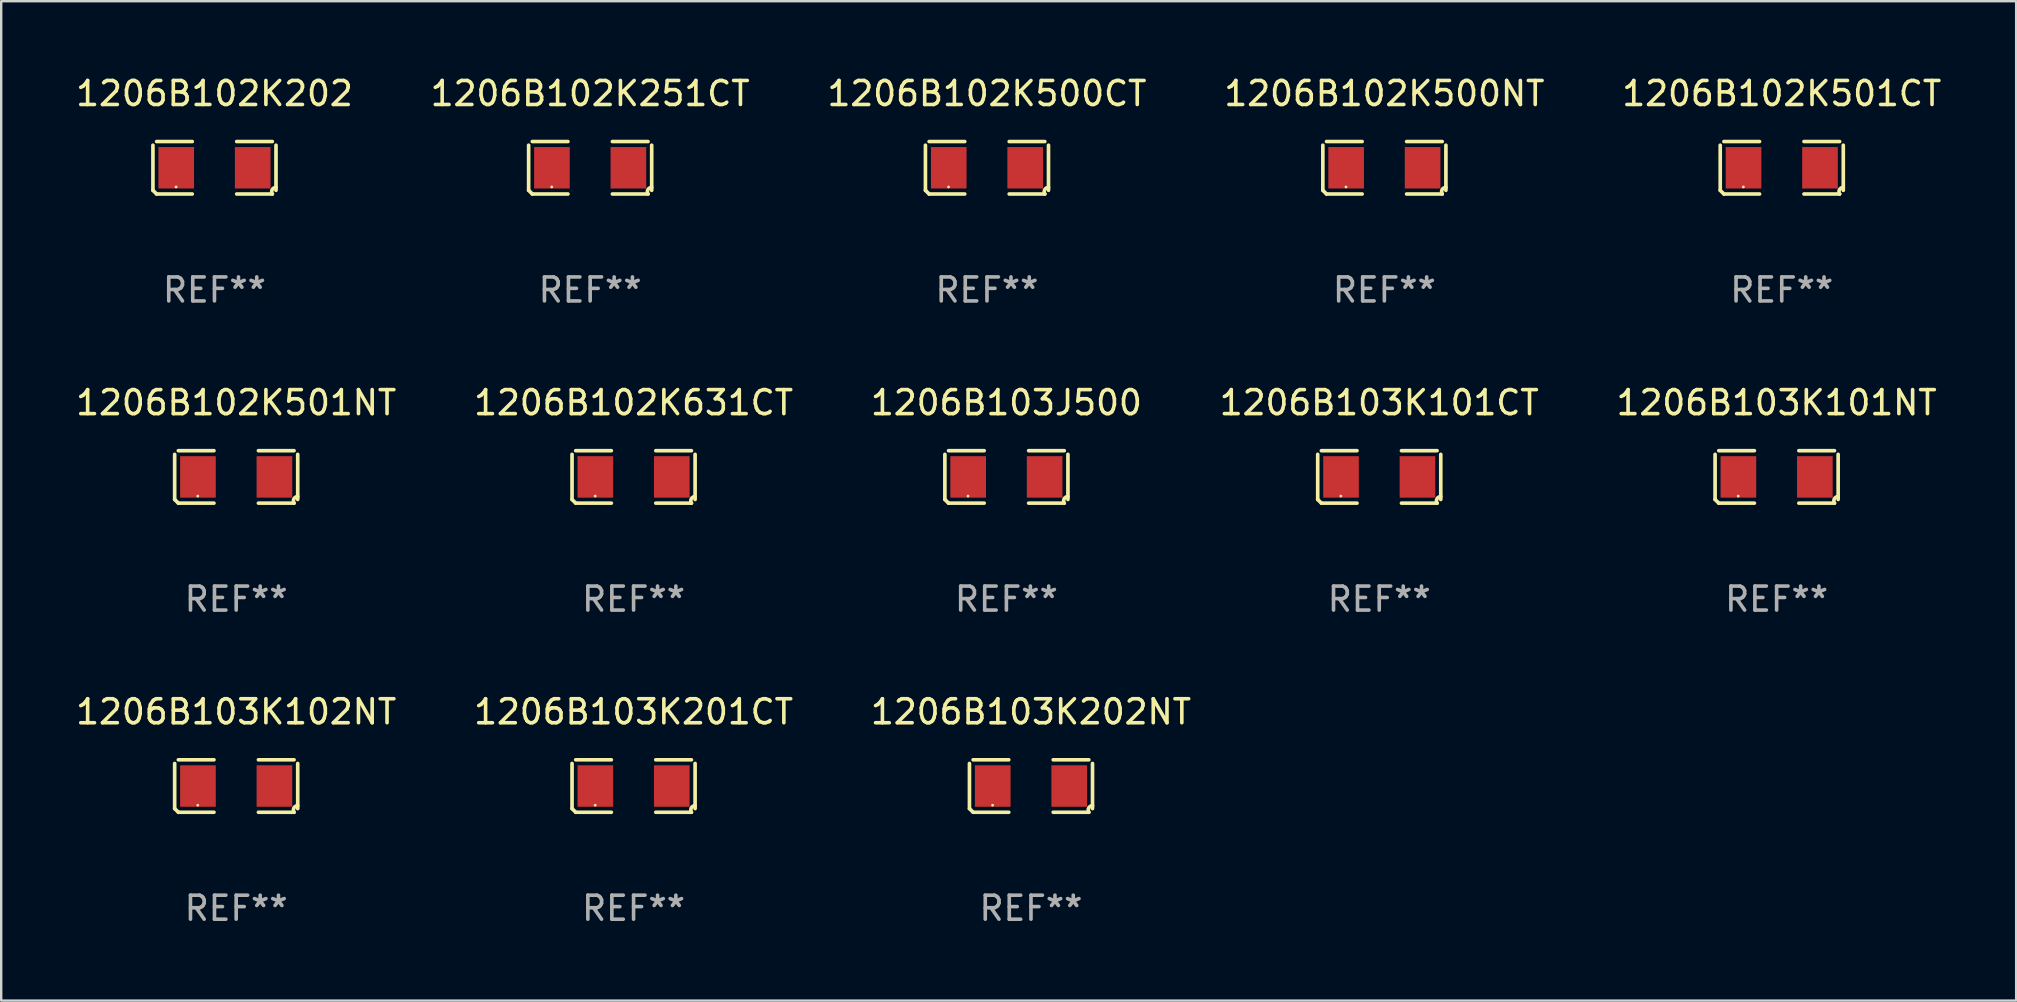
<source format=kicad_pcb>
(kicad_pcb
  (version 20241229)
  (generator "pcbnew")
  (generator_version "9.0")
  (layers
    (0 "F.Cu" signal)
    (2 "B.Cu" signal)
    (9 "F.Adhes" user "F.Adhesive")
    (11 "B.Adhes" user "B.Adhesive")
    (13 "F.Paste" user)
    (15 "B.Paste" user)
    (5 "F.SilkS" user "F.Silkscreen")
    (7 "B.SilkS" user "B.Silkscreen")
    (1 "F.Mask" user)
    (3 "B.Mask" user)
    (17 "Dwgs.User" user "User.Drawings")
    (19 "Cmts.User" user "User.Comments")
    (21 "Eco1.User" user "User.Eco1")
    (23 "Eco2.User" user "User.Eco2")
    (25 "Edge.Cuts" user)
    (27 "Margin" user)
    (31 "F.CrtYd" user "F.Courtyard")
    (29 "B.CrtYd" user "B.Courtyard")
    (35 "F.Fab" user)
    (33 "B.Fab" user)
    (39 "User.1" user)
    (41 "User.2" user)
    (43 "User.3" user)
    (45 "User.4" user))
  (footprint "1206B103K101CT"
    (layer "F.Cu")
    (at 54.423 16.823)
    (property "Reference" "1206B103K101CT" (at 0 -3.093 0) (layer "F.SilkS") (effects (font (size 1 1) (thickness 0.15))))
    (attr through_hole)
    (fp_line (start -2.564 0.94) (end -2.564 -0.94) (stroke (width 0.152) (type solid)) (layer "F.SilkS"))
    (fp_line (start -2.411 -1.093) (end -0.926 -1.093) (stroke (width 0.152) (type solid)) (layer "F.SilkS"))
    (fp_line (start -0.926 1.093) (end -2.411 1.093) (stroke (width 0.152) (type solid)) (layer "F.SilkS"))
    (fp_line (start 0.926 1.093) (end 2.411 1.093) (stroke (width 0.152) (type solid)) (layer "F.SilkS"))
    (fp_line (start 2.411 -1.093) (end 0.926 -1.093) (stroke (width 0.152) (type solid)) (layer "F.SilkS"))
    (fp_line (start 2.564 0.94) (end 2.564 -0.94) (stroke (width 0.152) (type solid)) (layer "F.SilkS"))
    (fp_arc (start -2.411201 1.092609) (mid -2.487413 1.01642) (end -2.563602 0.940208) (stroke (width 0.1524) (type solid)) (layer "F.SilkS"))
    (fp_arc (start 2.411201 1.092609) (mid 2.407159 0.911226) (end 2.563602 0.819347) (stroke (width 0.1524) (type solid)) (layer "F.SilkS"))
    (fp_circle (center -1.6 0.8) (end -1.57 0.8) (stroke (width 0.06) (type solid)) (fill no) (layer "F.SilkS"))
    (fp_text user "REF**" (at 0 5.093 0) (layer "F.Fab") (effects (font (size 1 1) (thickness 0.15))))
    (pad "1" smd rect (at -1.593 0) (size 1.485 1.728) (layers "F.Cu" "F.Mask" "F.Paste"))
    (pad "2" smd rect (at 1.593 0) (size 1.485 1.728) (layers "F.Cu" "F.Mask" "F.Paste")))
  (footprint "1206B102K500NT"
    (layer "F.Cu")
    (at 54.637 3.941)
    (property "Reference" "1206B102K500NT" (at 0 -3.093 0) (layer "F.SilkS") (effects (font (size 1 1) (thickness 0.15))))
    (attr through_hole)
    (fp_line (start -2.564 0.94) (end -2.564 -0.94) (stroke (width 0.152) (type solid)) (layer "F.SilkS"))
    (fp_line (start -2.411 -1.093) (end -0.926 -1.093) (stroke (width 0.152) (type solid)) (layer "F.SilkS"))
    (fp_line (start -0.926 1.093) (end -2.411 1.093) (stroke (width 0.152) (type solid)) (layer "F.SilkS"))
    (fp_line (start 0.926 1.093) (end 2.411 1.093) (stroke (width 0.152) (type solid)) (layer "F.SilkS"))
    (fp_line (start 2.411 -1.093) (end 0.926 -1.093) (stroke (width 0.152) (type solid)) (layer "F.SilkS"))
    (fp_line (start 2.564 0.94) (end 2.564 -0.94) (stroke (width 0.152) (type solid)) (layer "F.SilkS"))
    (fp_arc (start -2.411201 1.092609) (mid -2.487413 1.01642) (end -2.563602 0.940208) (stroke (width 0.1524) (type solid)) (layer "F.SilkS"))
    (fp_arc (start 2.411201 1.092609) (mid 2.407159 0.911226) (end 2.563602 0.819347) (stroke (width 0.1524) (type solid)) (layer "F.SilkS"))
    (fp_circle (center -1.6 0.8) (end -1.57 0.8) (stroke (width 0.06) (type solid)) (fill no) (layer "F.SilkS"))
    (fp_text user "REF**" (at 0 5.093 0) (layer "F.Fab") (effects (font (size 1 1) (thickness 0.15))))
    (pad "1" smd rect (at -1.593 0) (size 1.485 1.728) (layers "F.Cu" "F.Mask" "F.Paste"))
    (pad "2" smd rect (at 1.593 0) (size 1.485 1.728) (layers "F.Cu" "F.Mask" "F.Paste")))
  (footprint "1206B103K101NT"
    (layer "F.Cu")
    (at 70.982 16.823)
    (property "Reference" "1206B103K101NT" (at 0 -3.093 0) (layer "F.SilkS") (effects (font (size 1 1) (thickness 0.15))))
    (attr through_hole)
    (fp_line (start -2.564 0.94) (end -2.564 -0.94) (stroke (width 0.152) (type solid)) (layer "F.SilkS"))
    (fp_line (start -2.411 -1.093) (end -0.926 -1.093) (stroke (width 0.152) (type solid)) (layer "F.SilkS"))
    (fp_line (start -0.926 1.093) (end -2.411 1.093) (stroke (width 0.152) (type solid)) (layer "F.SilkS"))
    (fp_line (start 0.926 1.093) (end 2.411 1.093) (stroke (width 0.152) (type solid)) (layer "F.SilkS"))
    (fp_line (start 2.411 -1.093) (end 0.926 -1.093) (stroke (width 0.152) (type solid)) (layer "F.SilkS"))
    (fp_line (start 2.564 0.94) (end 2.564 -0.94) (stroke (width 0.152) (type solid)) (layer "F.SilkS"))
    (fp_arc (start -2.411201 1.092609) (mid -2.487413 1.01642) (end -2.563602 0.940208) (stroke (width 0.1524) (type solid)) (layer "F.SilkS"))
    (fp_arc (start 2.411201 1.092609) (mid 2.407159 0.911226) (end 2.563602 0.819347) (stroke (width 0.1524) (type solid)) (layer "F.SilkS"))
    (fp_circle (center -1.6 0.8) (end -1.57 0.8) (stroke (width 0.06) (type solid)) (fill no) (layer "F.SilkS"))
    (fp_text user "REF**" (at 0 5.093 0) (layer "F.Fab") (effects (font (size 1 1) (thickness 0.15))))
    (pad "1" smd rect (at -1.593 0) (size 1.485 1.728) (layers "F.Cu" "F.Mask" "F.Paste"))
    (pad "2" smd rect (at 1.593 0) (size 1.485 1.728) (layers "F.Cu" "F.Mask" "F.Paste")))
  (footprint "1206B102K631CT"
    (layer "F.Cu")
    (at 23.351 16.823)
    (property "Reference" "1206B102K631CT" (at 0 -3.093 0) (layer "F.SilkS") (effects (font (size 1 1) (thickness 0.15))))
    (attr through_hole)
    (fp_line (start -2.564 0.94) (end -2.564 -0.94) (stroke (width 0.152) (type solid)) (layer "F.SilkS"))
    (fp_line (start -2.411 -1.093) (end -0.926 -1.093) (stroke (width 0.152) (type solid)) (layer "F.SilkS"))
    (fp_line (start -0.926 1.093) (end -2.411 1.093) (stroke (width 0.152) (type solid)) (layer "F.SilkS"))
    (fp_line (start 0.926 1.093) (end 2.411 1.093) (stroke (width 0.152) (type solid)) (layer "F.SilkS"))
    (fp_line (start 2.411 -1.093) (end 0.926 -1.093) (stroke (width 0.152) (type solid)) (layer "F.SilkS"))
    (fp_line (start 2.564 0.94) (end 2.564 -0.94) (stroke (width 0.152) (type solid)) (layer "F.SilkS"))
    (fp_arc (start -2.411201 1.092609) (mid -2.487413 1.01642) (end -2.563602 0.940208) (stroke (width 0.1524) (type solid)) (layer "F.SilkS"))
    (fp_arc (start 2.411201 1.092609) (mid 2.407159 0.911226) (end 2.563602 0.819347) (stroke (width 0.1524) (type solid)) (layer "F.SilkS"))
    (fp_circle (center -1.6 0.8) (end -1.57 0.8) (stroke (width 0.06) (type solid)) (fill no) (layer "F.SilkS"))
    (fp_text user "REF**" (at 0 5.093 0) (layer "F.Fab") (effects (font (size 1 1) (thickness 0.15))))
    (pad "1" smd rect (at -1.593 0) (size 1.485 1.728) (layers "F.Cu" "F.Mask" "F.Paste"))
    (pad "2" smd rect (at 1.593 0) (size 1.485 1.728) (layers "F.Cu" "F.Mask" "F.Paste")))
  (footprint "1206B103K102NT"
    (layer "F.Cu")
    (at 6.792 29.704)
    (property "Reference" "1206B103K102NT" (at 0 -3.093 0) (layer "F.SilkS") (effects (font (size 1 1) (thickness 0.15))))
    (attr through_hole)
    (fp_line (start -2.564 0.94) (end -2.564 -0.94) (stroke (width 0.152) (type solid)) (layer "F.SilkS"))
    (fp_line (start -2.411 -1.093) (end -0.926 -1.093) (stroke (width 0.152) (type solid)) (layer "F.SilkS"))
    (fp_line (start -0.926 1.093) (end -2.411 1.093) (stroke (width 0.152) (type solid)) (layer "F.SilkS"))
    (fp_line (start 0.926 1.093) (end 2.411 1.093) (stroke (width 0.152) (type solid)) (layer "F.SilkS"))
    (fp_line (start 2.411 -1.093) (end 0.926 -1.093) (stroke (width 0.152) (type solid)) (layer "F.SilkS"))
    (fp_line (start 2.564 0.94) (end 2.564 -0.94) (stroke (width 0.152) (type solid)) (layer "F.SilkS"))
    (fp_arc (start -2.411201 1.092609) (mid -2.487413 1.01642) (end -2.563602 0.940208) (stroke (width 0.1524) (type solid)) (layer "F.SilkS"))
    (fp_arc (start 2.411201 1.092609) (mid 2.407159 0.911226) (end 2.563602 0.819347) (stroke (width 0.1524) (type solid)) (layer "F.SilkS"))
    (fp_circle (center -1.6 0.8) (end -1.57 0.8) (stroke (width 0.06) (type solid)) (fill no) (layer "F.SilkS"))
    (fp_text user "REF**" (at 0 5.093 0) (layer "F.Fab") (effects (font (size 1 1) (thickness 0.15))))
    (pad "1" smd rect (at -1.593 0) (size 1.485 1.728) (layers "F.Cu" "F.Mask" "F.Paste"))
    (pad "2" smd rect (at 1.593 0) (size 1.485 1.728) (layers "F.Cu" "F.Mask" "F.Paste")))
  (footprint "1206B103K202NT"
    (layer "F.Cu")
    (at 39.911 29.704)
    (property "Reference" "1206B103K202NT" (at 0 -3.093 0) (layer "F.SilkS") (effects (font (size 1 1) (thickness 0.15))))
    (attr through_hole)
    (fp_line (start -2.564 0.94) (end -2.564 -0.94) (stroke (width 0.152) (type solid)) (layer "F.SilkS"))
    (fp_line (start -2.411 -1.093) (end -0.926 -1.093) (stroke (width 0.152) (type solid)) (layer "F.SilkS"))
    (fp_line (start -0.926 1.093) (end -2.411 1.093) (stroke (width 0.152) (type solid)) (layer "F.SilkS"))
    (fp_line (start 0.926 1.093) (end 2.411 1.093) (stroke (width 0.152) (type solid)) (layer "F.SilkS"))
    (fp_line (start 2.411 -1.093) (end 0.926 -1.093) (stroke (width 0.152) (type solid)) (layer "F.SilkS"))
    (fp_line (start 2.564 0.94) (end 2.564 -0.94) (stroke (width 0.152) (type solid)) (layer "F.SilkS"))
    (fp_arc (start -2.411201 1.092609) (mid -2.487413 1.01642) (end -2.563602 0.940208) (stroke (width 0.1524) (type solid)) (layer "F.SilkS"))
    (fp_arc (start 2.411201 1.092609) (mid 2.407159 0.911226) (end 2.563602 0.819347) (stroke (width 0.1524) (type solid)) (layer "F.SilkS"))
    (fp_circle (center -1.6 0.8) (end -1.57 0.8) (stroke (width 0.06) (type solid)) (fill no) (layer "F.SilkS"))
    (fp_text user "REF**" (at 0 5.093 0) (layer "F.Fab") (effects (font (size 1 1) (thickness 0.15))))
    (pad "1" smd rect (at -1.593 0) (size 1.485 1.728) (layers "F.Cu" "F.Mask" "F.Paste"))
    (pad "2" smd rect (at 1.593 0) (size 1.485 1.728) (layers "F.Cu" "F.Mask" "F.Paste")))
  (footprint "1206B102K501CT"
    (layer "F.Cu")
    (at 71.196 3.941)
    (property "Reference" "1206B102K501CT" (at 0 -3.093 0) (layer "F.SilkS") (effects (font (size 1 1) (thickness 0.15))))
    (attr through_hole)
    (fp_line (start -2.564 0.94) (end -2.564 -0.94) (stroke (width 0.152) (type solid)) (layer "F.SilkS"))
    (fp_line (start -2.411 -1.093) (end -0.926 -1.093) (stroke (width 0.152) (type solid)) (layer "F.SilkS"))
    (fp_line (start -0.926 1.093) (end -2.411 1.093) (stroke (width 0.152) (type solid)) (layer "F.SilkS"))
    (fp_line (start 0.926 1.093) (end 2.411 1.093) (stroke (width 0.152) (type solid)) (layer "F.SilkS"))
    (fp_line (start 2.411 -1.093) (end 0.926 -1.093) (stroke (width 0.152) (type solid)) (layer "F.SilkS"))
    (fp_line (start 2.564 0.94) (end 2.564 -0.94) (stroke (width 0.152) (type solid)) (layer "F.SilkS"))
    (fp_arc (start -2.411201 1.092609) (mid -2.487413 1.01642) (end -2.563602 0.940208) (stroke (width 0.1524) (type solid)) (layer "F.SilkS"))
    (fp_arc (start 2.411201 1.092609) (mid 2.407159 0.911226) (end 2.563602 0.819347) (stroke (width 0.1524) (type solid)) (layer "F.SilkS"))
    (fp_circle (center -1.6 0.8) (end -1.57 0.8) (stroke (width 0.06) (type solid)) (fill no) (layer "F.SilkS"))
    (fp_text user "REF**" (at 0 5.093 0) (layer "F.Fab") (effects (font (size 1 1) (thickness 0.15))))
    (pad "1" smd rect (at -1.593 0) (size 1.485 1.728) (layers "F.Cu" "F.Mask" "F.Paste"))
    (pad "2" smd rect (at 1.593 0) (size 1.485 1.728) (layers "F.Cu" "F.Mask" "F.Paste")))
  (footprint "1206B102K251CT"
    (layer "F.Cu")
    (at 21.542 3.941)
    (property "Reference" "1206B102K251CT" (at 0 -3.093 0) (layer "F.SilkS") (effects (font (size 1 1) (thickness 0.15))))
    (attr through_hole)
    (fp_line (start -2.564 0.94) (end -2.564 -0.94) (stroke (width 0.152) (type solid)) (layer "F.SilkS"))
    (fp_line (start -2.411 -1.093) (end -0.926 -1.093) (stroke (width 0.152) (type solid)) (layer "F.SilkS"))
    (fp_line (start -0.926 1.093) (end -2.411 1.093) (stroke (width 0.152) (type solid)) (layer "F.SilkS"))
    (fp_line (start 0.926 1.093) (end 2.411 1.093) (stroke (width 0.152) (type solid)) (layer "F.SilkS"))
    (fp_line (start 2.411 -1.093) (end 0.926 -1.093) (stroke (width 0.152) (type solid)) (layer "F.SilkS"))
    (fp_line (start 2.564 0.94) (end 2.564 -0.94) (stroke (width 0.152) (type solid)) (layer "F.SilkS"))
    (fp_arc (start -2.411201 1.092609) (mid -2.487413 1.01642) (end -2.563602 0.940208) (stroke (width 0.1524) (type solid)) (layer "F.SilkS"))
    (fp_arc (start 2.411201 1.092609) (mid 2.407159 0.911226) (end 2.563602 0.819347) (stroke (width 0.1524) (type solid)) (layer "F.SilkS"))
    (fp_circle (center -1.6 0.8) (end -1.57 0.8) (stroke (width 0.06) (type solid)) (fill no) (layer "F.SilkS"))
    (fp_text user "REF**" (at 0 5.093 0) (layer "F.Fab") (effects (font (size 1 1) (thickness 0.15))))
    (pad "1" smd rect (at -1.593 0) (size 1.485 1.728) (layers "F.Cu" "F.Mask" "F.Paste"))
    (pad "2" smd rect (at 1.593 0) (size 1.485 1.728) (layers "F.Cu" "F.Mask" "F.Paste")))
  (footprint "1206B102K501NT"
    (layer "F.Cu")
    (at 6.792 16.823)
    (property "Reference" "1206B102K501NT" (at 0 -3.093 0) (layer "F.SilkS") (effects (font (size 1 1) (thickness 0.15))))
    (attr through_hole)
    (fp_line (start -2.564 0.94) (end -2.564 -0.94) (stroke (width 0.152) (type solid)) (layer "F.SilkS"))
    (fp_line (start -2.411 -1.093) (end -0.926 -1.093) (stroke (width 0.152) (type solid)) (layer "F.SilkS"))
    (fp_line (start -0.926 1.093) (end -2.411 1.093) (stroke (width 0.152) (type solid)) (layer "F.SilkS"))
    (fp_line (start 0.926 1.093) (end 2.411 1.093) (stroke (width 0.152) (type solid)) (layer "F.SilkS"))
    (fp_line (start 2.411 -1.093) (end 0.926 -1.093) (stroke (width 0.152) (type solid)) (layer "F.SilkS"))
    (fp_line (start 2.564 0.94) (end 2.564 -0.94) (stroke (width 0.152) (type solid)) (layer "F.SilkS"))
    (fp_arc (start -2.411201 1.092609) (mid -2.487413 1.01642) (end -2.563602 0.940208) (stroke (width 0.1524) (type solid)) (layer "F.SilkS"))
    (fp_arc (start 2.411201 1.092609) (mid 2.407159 0.911226) (end 2.563602 0.819347) (stroke (width 0.1524) (type solid)) (layer "F.SilkS"))
    (fp_circle (center -1.6 0.8) (end -1.57 0.8) (stroke (width 0.06) (type solid)) (fill no) (layer "F.SilkS"))
    (fp_text user "REF**" (at 0 5.093 0) (layer "F.Fab") (effects (font (size 1 1) (thickness 0.15))))
    (pad "1" smd rect (at -1.593 0) (size 1.485 1.728) (layers "F.Cu" "F.Mask" "F.Paste"))
    (pad "2" smd rect (at 1.593 0) (size 1.485 1.728) (layers "F.Cu" "F.Mask" "F.Paste")))
  (footprint "1206B102K202"
    (layer "F.Cu")
    (at 5.887 3.941)
    (property "Reference" "1206B102K202" (at 0 -3.093 0) (layer "F.SilkS") (effects (font (size 1 1) (thickness 0.15))))
    (attr through_hole)
    (fp_line (start -2.564 0.94) (end -2.564 -0.94) (stroke (width 0.152) (type solid)) (layer "F.SilkS"))
    (fp_line (start -2.411 -1.093) (end -0.926 -1.093) (stroke (width 0.152) (type solid)) (layer "F.SilkS"))
    (fp_line (start -0.926 1.093) (end -2.411 1.093) (stroke (width 0.152) (type solid)) (layer "F.SilkS"))
    (fp_line (start 0.926 1.093) (end 2.411 1.093) (stroke (width 0.152) (type solid)) (layer "F.SilkS"))
    (fp_line (start 2.411 -1.093) (end 0.926 -1.093) (stroke (width 0.152) (type solid)) (layer "F.SilkS"))
    (fp_line (start 2.564 0.94) (end 2.564 -0.94) (stroke (width 0.152) (type solid)) (layer "F.SilkS"))
    (fp_arc (start -2.411201 1.092609) (mid -2.487413 1.01642) (end -2.563602 0.940208) (stroke (width 0.1524) (type solid)) (layer "F.SilkS"))
    (fp_arc (start 2.411201 1.092609) (mid 2.407159 0.911226) (end 2.563602 0.819347) (stroke (width 0.1524) (type solid)) (layer "F.SilkS"))
    (fp_circle (center -1.6 0.8) (end -1.57 0.8) (stroke (width 0.06) (type solid)) (fill no) (layer "F.SilkS"))
    (fp_text user "REF**" (at 0 5.093 0) (layer "F.Fab") (effects (font (size 1 1) (thickness 0.15))))
    (pad "1" smd rect (at -1.593 0) (size 1.485 1.728) (layers "F.Cu" "F.Mask" "F.Paste"))
    (pad "2" smd rect (at 1.593 0) (size 1.485 1.728) (layers "F.Cu" "F.Mask" "F.Paste")))
  (footprint "1206B103K201CT"
    (layer "F.Cu")
    (at 23.351 29.704)
    (property "Reference" "1206B103K201CT" (at 0 -3.093 0) (layer "F.SilkS") (effects (font (size 1 1) (thickness 0.15))))
    (attr through_hole)
    (fp_line (start -2.564 0.94) (end -2.564 -0.94) (stroke (width 0.152) (type solid)) (layer "F.SilkS"))
    (fp_line (start -2.411 -1.093) (end -0.926 -1.093) (stroke (width 0.152) (type solid)) (layer "F.SilkS"))
    (fp_line (start -0.926 1.093) (end -2.411 1.093) (stroke (width 0.152) (type solid)) (layer "F.SilkS"))
    (fp_line (start 0.926 1.093) (end 2.411 1.093) (stroke (width 0.152) (type solid)) (layer "F.SilkS"))
    (fp_line (start 2.411 -1.093) (end 0.926 -1.093) (stroke (width 0.152) (type solid)) (layer "F.SilkS"))
    (fp_line (start 2.564 0.94) (end 2.564 -0.94) (stroke (width 0.152) (type solid)) (layer "F.SilkS"))
    (fp_arc (start -2.411201 1.092609) (mid -2.487413 1.01642) (end -2.563602 0.940208) (stroke (width 0.1524) (type solid)) (layer "F.SilkS"))
    (fp_arc (start 2.411201 1.092609) (mid 2.407159 0.911226) (end 2.563602 0.819347) (stroke (width 0.1524) (type solid)) (layer "F.SilkS"))
    (fp_circle (center -1.6 0.8) (end -1.57 0.8) (stroke (width 0.06) (type solid)) (fill no) (layer "F.SilkS"))
    (fp_text user "REF**" (at 0 5.093 0) (layer "F.Fab") (effects (font (size 1 1) (thickness 0.15))))
    (pad "1" smd rect (at -1.593 0) (size 1.485 1.728) (layers "F.Cu" "F.Mask" "F.Paste"))
    (pad "2" smd rect (at 1.593 0) (size 1.485 1.728) (layers "F.Cu" "F.Mask" "F.Paste")))
  (footprint "1206B102K500CT"
    (layer "F.Cu")
    (at 38.077 3.941)
    (property "Reference" "1206B102K500CT" (at 0 -3.093 0) (layer "F.SilkS") (effects (font (size 1 1) (thickness 0.15))))
    (attr through_hole)
    (fp_line (start -2.564 0.94) (end -2.564 -0.94) (stroke (width 0.152) (type solid)) (layer "F.SilkS"))
    (fp_line (start -2.411 -1.093) (end -0.926 -1.093) (stroke (width 0.152) (type solid)) (layer "F.SilkS"))
    (fp_line (start -0.926 1.093) (end -2.411 1.093) (stroke (width 0.152) (type solid)) (layer "F.SilkS"))
    (fp_line (start 0.926 1.093) (end 2.411 1.093) (stroke (width 0.152) (type solid)) (layer "F.SilkS"))
    (fp_line (start 2.411 -1.093) (end 0.926 -1.093) (stroke (width 0.152) (type solid)) (layer "F.SilkS"))
    (fp_line (start 2.564 0.94) (end 2.564 -0.94) (stroke (width 0.152) (type solid)) (layer "F.SilkS"))
    (fp_arc (start -2.411201 1.092609) (mid -2.487413 1.01642) (end -2.563602 0.940208) (stroke (width 0.1524) (type solid)) (layer "F.SilkS"))
    (fp_arc (start 2.411201 1.092609) (mid 2.407159 0.911226) (end 2.563602 0.819347) (stroke (width 0.1524) (type solid)) (layer "F.SilkS"))
    (fp_circle (center -1.6 0.8) (end -1.57 0.8) (stroke (width 0.06) (type solid)) (fill no) (layer "F.SilkS"))
    (fp_text user "REF**" (at 0 5.093 0) (layer "F.Fab") (effects (font (size 1 1) (thickness 0.15))))
    (pad "1" smd rect (at -1.593 0) (size 1.485 1.728) (layers "F.Cu" "F.Mask" "F.Paste"))
    (pad "2" smd rect (at 1.593 0) (size 1.485 1.728) (layers "F.Cu" "F.Mask" "F.Paste")))
  (footprint "1206B103J500"
    (layer "F.Cu")
    (at 38.887 16.823)
    (property "Reference" "1206B103J500" (at 0 -3.093 0) (layer "F.SilkS") (effects (font (size 1 1) (thickness 0.15))))
    (attr through_hole)
    (fp_line (start -2.564 0.94) (end -2.564 -0.94) (stroke (width 0.152) (type solid)) (layer "F.SilkS"))
    (fp_line (start -2.411 -1.093) (end -0.926 -1.093) (stroke (width 0.152) (type solid)) (layer "F.SilkS"))
    (fp_line (start -0.926 1.093) (end -2.411 1.093) (stroke (width 0.152) (type solid)) (layer "F.SilkS"))
    (fp_line (start 0.926 1.093) (end 2.411 1.093) (stroke (width 0.152) (type solid)) (layer "F.SilkS"))
    (fp_line (start 2.411 -1.093) (end 0.926 -1.093) (stroke (width 0.152) (type solid)) (layer "F.SilkS"))
    (fp_line (start 2.564 0.94) (end 2.564 -0.94) (stroke (width 0.152) (type solid)) (layer "F.SilkS"))
    (fp_arc (start -2.411201 1.092609) (mid -2.487413 1.01642) (end -2.563602 0.940208) (stroke (width 0.1524) (type solid)) (layer "F.SilkS"))
    (fp_arc (start 2.411201 1.092609) (mid 2.407159 0.911226) (end 2.563602 0.819347) (stroke (width 0.1524) (type solid)) (layer "F.SilkS"))
    (fp_circle (center -1.6 0.8) (end -1.57 0.8) (stroke (width 0.06) (type solid)) (fill no) (layer "F.SilkS"))
    (fp_text user "REF**" (at 0 5.093 0) (layer "F.Fab") (effects (font (size 1 1) (thickness 0.15))))
    (pad "1" smd rect (at -1.593 0) (size 1.485 1.728) (layers "F.Cu" "F.Mask" "F.Paste"))
    (pad "2" smd rect (at 1.593 0) (size 1.485 1.728) (layers "F.Cu" "F.Mask" "F.Paste")))
  (gr_rect
    (start -3 -3)
    (end 80.964 38.645)
    (stroke (width 0.1) (type default))
    (fill no)
    (layer "Edge.Cuts")))
</source>
